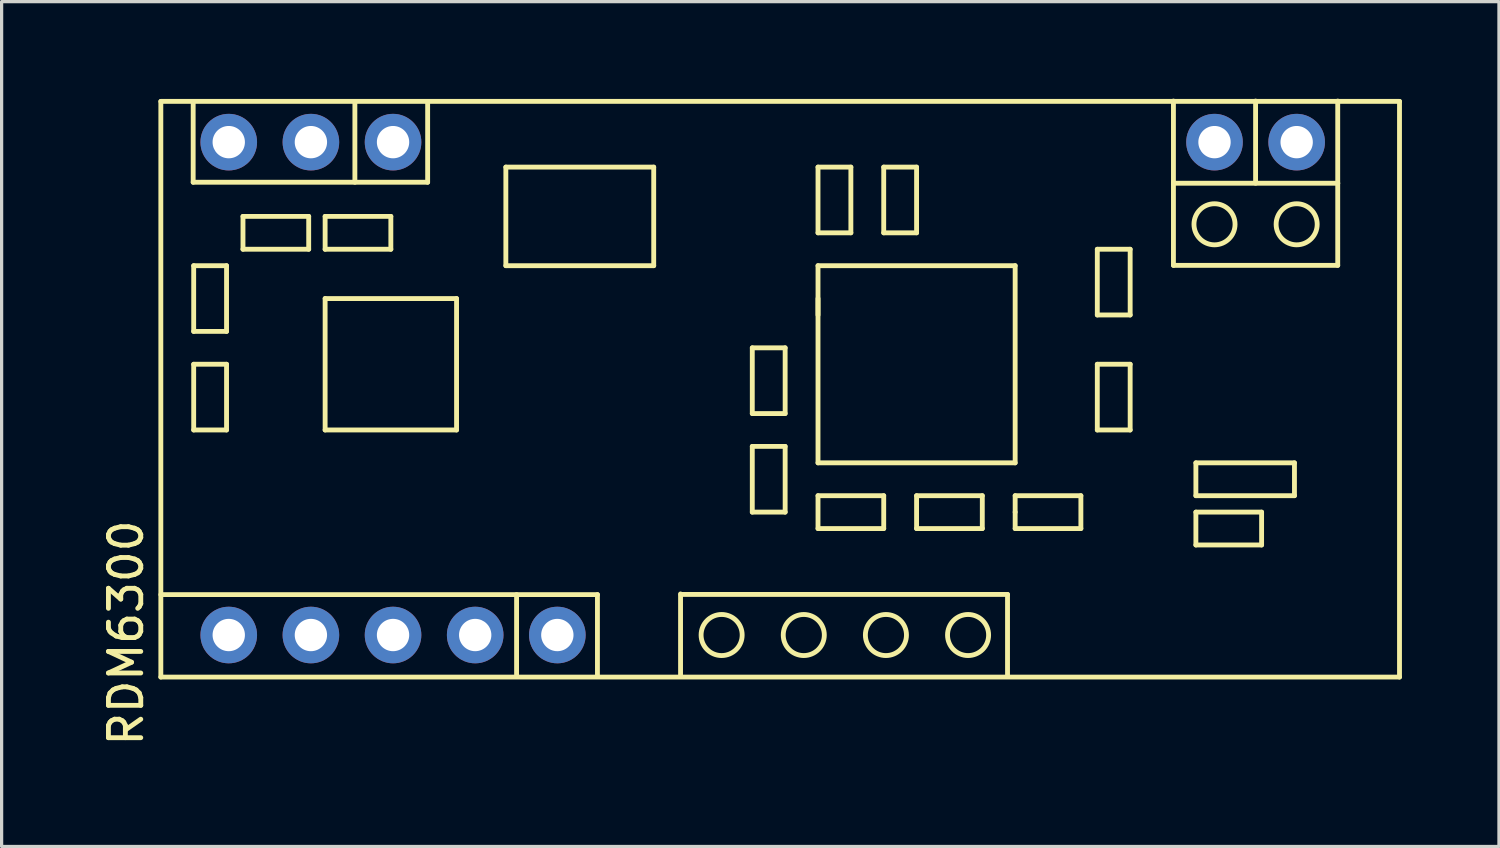
<source format=kicad_pcb>
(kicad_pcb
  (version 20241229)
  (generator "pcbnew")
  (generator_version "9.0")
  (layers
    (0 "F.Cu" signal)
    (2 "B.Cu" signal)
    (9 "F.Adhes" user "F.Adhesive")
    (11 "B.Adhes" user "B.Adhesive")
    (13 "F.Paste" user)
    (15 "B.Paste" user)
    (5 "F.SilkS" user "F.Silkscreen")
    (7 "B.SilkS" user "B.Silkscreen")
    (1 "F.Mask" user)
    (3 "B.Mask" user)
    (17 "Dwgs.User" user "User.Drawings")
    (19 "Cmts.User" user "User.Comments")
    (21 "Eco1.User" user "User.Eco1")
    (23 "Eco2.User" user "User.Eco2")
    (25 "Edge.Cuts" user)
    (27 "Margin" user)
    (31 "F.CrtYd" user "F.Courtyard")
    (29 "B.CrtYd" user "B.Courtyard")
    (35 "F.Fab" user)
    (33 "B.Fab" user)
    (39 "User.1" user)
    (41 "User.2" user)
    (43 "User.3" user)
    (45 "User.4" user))
  (footprint "RDM6300"
    (layer "F.Cu")
    (at 14.183 16.585)
    (property "Reference" "RDM6300" (at -13.335 -0.064 90) (layer "F.SilkS") (effects (font (size 1 1) (thickness 0.15))))
    (attr through_hole)
    (fp_line (start -12.26 -16.5) (end -12.26 1.3) (stroke (width 0.15) (type solid)) (layer "F.SilkS"))
    (fp_line (start -12.26 -16.5) (end 26.04 -16.5) (stroke (width 0.15) (type solid)) (layer "F.SilkS"))
    (fp_line (start -12.26 -1.25) (end 1.24 -1.25) (stroke (width 0.15) (type solid)) (layer "F.SilkS"))
    (fp_line (start -12.26 1.3) (end 26.04 1.3) (stroke (width 0.15) (type solid)) (layer "F.SilkS"))
    (fp_line (start -11.26 -16.5) (end -11.26 -14) (stroke (width 0.15) (type solid)) (layer "F.SilkS"))
    (fp_line (start -11.26 -14) (end -4.01 -14) (stroke (width 0.15) (type solid)) (layer "F.SilkS"))
    (fp_line (start -11.244 -11.42) (end -11.244 -9.388) (stroke (width 0.15) (type solid)) (layer "F.SilkS"))
    (fp_line (start -11.244 -9.388) (end -10.228 -9.388) (stroke (width 0.15) (type solid)) (layer "F.SilkS"))
    (fp_line (start -11.244 -8.372) (end -10.228 -8.372) (stroke (width 0.15) (type solid)) (layer "F.SilkS"))
    (fp_line (start -11.244 -6.34) (end -11.244 -8.372) (stroke (width 0.15) (type solid)) (layer "F.SilkS"))
    (fp_line (start -10.228 -11.42) (end -11.244 -11.42) (stroke (width 0.15) (type solid)) (layer "F.SilkS"))
    (fp_line (start -10.228 -9.388) (end -10.228 -11.42) (stroke (width 0.15) (type solid)) (layer "F.SilkS"))
    (fp_line (start -10.228 -8.372) (end -10.228 -6.34) (stroke (width 0.15) (type solid)) (layer "F.SilkS"))
    (fp_line (start -10.228 -6.34) (end -11.244 -6.34) (stroke (width 0.15) (type solid)) (layer "F.SilkS"))
    (fp_line (start -9.72 -12.944) (end -9.72 -11.928) (stroke (width 0.15) (type solid)) (layer "F.SilkS"))
    (fp_line (start -9.72 -11.928) (end -7.688 -11.928) (stroke (width 0.15) (type solid)) (layer "F.SilkS"))
    (fp_line (start -7.688 -12.944) (end -9.72 -12.944) (stroke (width 0.15) (type solid)) (layer "F.SilkS"))
    (fp_line (start -7.688 -11.928) (end -7.688 -12.944) (stroke (width 0.15) (type solid)) (layer "F.SilkS"))
    (fp_line (start -7.18 -12.944) (end -7.18 -11.928) (stroke (width 0.15) (type solid)) (layer "F.SilkS"))
    (fp_line (start -7.18 -11.928) (end -5.148 -11.928) (stroke (width 0.15) (type solid)) (layer "F.SilkS"))
    (fp_line (start -7.18 -10.404) (end -7.18 -6.34) (stroke (width 0.15) (type solid)) (layer "F.SilkS"))
    (fp_line (start -7.18 -6.34) (end -3.116 -6.34) (stroke (width 0.15) (type solid)) (layer "F.SilkS"))
    (fp_line (start -6.26 -16.5) (end -6.26 -14) (stroke (width 0.15) (type solid)) (layer "F.SilkS"))
    (fp_line (start -5.148 -12.944) (end -7.18 -12.944) (stroke (width 0.15) (type solid)) (layer "F.SilkS"))
    (fp_line (start -5.148 -11.928) (end -5.148 -12.944) (stroke (width 0.15) (type solid)) (layer "F.SilkS"))
    (fp_line (start -4.01 -14) (end -4.01 -16.5) (stroke (width 0.15) (type solid)) (layer "F.SilkS"))
    (fp_line (start -3.116 -10.404) (end -7.18 -10.404) (stroke (width 0.15) (type solid)) (layer "F.SilkS"))
    (fp_line (start -3.116 -6.34) (end -3.116 -10.404) (stroke (width 0.15) (type solid)) (layer "F.SilkS"))
    (fp_line (start -1.592 -14.468) (end -1.592 -11.42) (stroke (width 0.15) (type solid)) (layer "F.SilkS"))
    (fp_line (start -1.592 -11.42) (end 2.98 -11.42) (stroke (width 0.15) (type solid)) (layer "F.SilkS"))
    (fp_line (start -1.26 -1.25) (end -1.26 1.25) (stroke (width 0.15) (type solid)) (layer "F.SilkS"))
    (fp_line (start 1.24 -1.25) (end 1.24 1.25) (stroke (width 0.15) (type solid)) (layer "F.SilkS"))
    (fp_line (start 2.98 -14.468) (end -1.592 -14.468) (stroke (width 0.15) (type solid)) (layer "F.SilkS"))
    (fp_line (start 2.98 -11.42) (end 2.98 -14.468) (stroke (width 0.15) (type solid)) (layer "F.SilkS"))
    (fp_line (start 3.81 -1.27) (end 3.81 1.27) (stroke (width 0.15) (type solid)) (layer "F.SilkS"))
    (fp_line (start 3.82 -1.255) (end 13.92 -1.255) (stroke (width 0.15) (type solid)) (layer "F.SilkS"))
    (fp_line (start 6.028 -8.88) (end 7.044 -8.88) (stroke (width 0.15) (type solid)) (layer "F.SilkS"))
    (fp_line (start 6.028 -6.848) (end 6.028 -8.88) (stroke (width 0.15) (type solid)) (layer "F.SilkS"))
    (fp_line (start 6.028 -5.832) (end 7.044 -5.832) (stroke (width 0.15) (type solid)) (layer "F.SilkS"))
    (fp_line (start 6.028 -3.8) (end 6.028 -5.832) (stroke (width 0.15) (type solid)) (layer "F.SilkS"))
    (fp_line (start 7.044 -8.88) (end 7.044 -6.848) (stroke (width 0.15) (type solid)) (layer "F.SilkS"))
    (fp_line (start 7.044 -6.848) (end 6.028 -6.848) (stroke (width 0.15) (type solid)) (layer "F.SilkS"))
    (fp_line (start 7.044 -5.832) (end 7.044 -3.8) (stroke (width 0.15) (type solid)) (layer "F.SilkS"))
    (fp_line (start 7.044 -3.8) (end 6.028 -3.8) (stroke (width 0.15) (type solid)) (layer "F.SilkS"))
    (fp_line (start 8.06 -14.468) (end 8.06 -12.436) (stroke (width 0.15) (type solid)) (layer "F.SilkS"))
    (fp_line (start 8.06 -12.436) (end 9.076 -12.436) (stroke (width 0.15) (type solid)) (layer "F.SilkS"))
    (fp_line (start 8.06 -11.42) (end 8.06 -9.896) (stroke (width 0.15) (type solid)) (layer "F.SilkS"))
    (fp_line (start 8.06 -10.404) (end 8.06 -5.324) (stroke (width 0.15) (type solid)) (layer "F.SilkS"))
    (fp_line (start 8.06 -5.324) (end 14.156 -5.324) (stroke (width 0.15) (type solid)) (layer "F.SilkS"))
    (fp_line (start 8.06 -4.308) (end 8.06 -3.292) (stroke (width 0.15) (type solid)) (layer "F.SilkS"))
    (fp_line (start 8.06 -3.292) (end 10.092 -3.292) (stroke (width 0.15) (type solid)) (layer "F.SilkS"))
    (fp_line (start 9.076 -14.468) (end 8.06 -14.468) (stroke (width 0.15) (type solid)) (layer "F.SilkS"))
    (fp_line (start 9.076 -12.436) (end 9.076 -14.468) (stroke (width 0.15) (type solid)) (layer "F.SilkS"))
    (fp_line (start 10.092 -14.468) (end 11.108 -14.468) (stroke (width 0.15) (type solid)) (layer "F.SilkS"))
    (fp_line (start 10.092 -12.436) (end 10.092 -14.468) (stroke (width 0.15) (type solid)) (layer "F.SilkS"))
    (fp_line (start 10.092 -4.308) (end 8.06 -4.308) (stroke (width 0.15) (type solid)) (layer "F.SilkS"))
    (fp_line (start 10.092 -3.292) (end 10.092 -4.308) (stroke (width 0.15) (type solid)) (layer "F.SilkS"))
    (fp_line (start 11.108 -14.468) (end 11.108 -12.436) (stroke (width 0.15) (type solid)) (layer "F.SilkS"))
    (fp_line (start 11.108 -12.436) (end 10.092 -12.436) (stroke (width 0.15) (type solid)) (layer "F.SilkS"))
    (fp_line (start 11.108 -4.308) (end 11.108 -3.292) (stroke (width 0.15) (type solid)) (layer "F.SilkS"))
    (fp_line (start 11.108 -3.292) (end 13.14 -3.292) (stroke (width 0.15) (type solid)) (layer "F.SilkS"))
    (fp_line (start 13.14 -4.308) (end 11.108 -4.308) (stroke (width 0.15) (type solid)) (layer "F.SilkS"))
    (fp_line (start 13.14 -3.292) (end 13.14 -4.308) (stroke (width 0.15) (type solid)) (layer "F.SilkS"))
    (fp_line (start 13.92 -1.255) (end 13.92 1.245) (stroke (width 0.15) (type solid)) (layer "F.SilkS"))
    (fp_line (start 14.156 -11.42) (end 8.06 -11.42) (stroke (width 0.15) (type solid)) (layer "F.SilkS"))
    (fp_line (start 14.156 -5.324) (end 14.156 -11.42) (stroke (width 0.15) (type solid)) (layer "F.SilkS"))
    (fp_line (start 14.156 -4.308) (end 14.156 -3.8) (stroke (width 0.15) (type solid)) (layer "F.SilkS"))
    (fp_line (start 14.156 -3.8) (end 14.156 -3.292) (stroke (width 0.15) (type solid)) (layer "F.SilkS"))
    (fp_line (start 14.156 -3.292) (end 16.188 -3.292) (stroke (width 0.15) (type solid)) (layer "F.SilkS"))
    (fp_line (start 16.188 -4.308) (end 14.156 -4.308) (stroke (width 0.15) (type solid)) (layer "F.SilkS"))
    (fp_line (start 16.188 -3.292) (end 16.188 -4.308) (stroke (width 0.15) (type solid)) (layer "F.SilkS"))
    (fp_line (start 16.696 -11.928) (end 16.696 -9.896) (stroke (width 0.15) (type solid)) (layer "F.SilkS"))
    (fp_line (start 16.696 -9.896) (end 17.712 -9.896) (stroke (width 0.15) (type solid)) (layer "F.SilkS"))
    (fp_line (start 16.696 -8.372) (end 16.696 -6.34) (stroke (width 0.15) (type solid)) (layer "F.SilkS"))
    (fp_line (start 16.696 -6.34) (end 17.712 -6.34) (stroke (width 0.15) (type solid)) (layer "F.SilkS"))
    (fp_line (start 17.712 -11.928) (end 16.696 -11.928) (stroke (width 0.15) (type solid)) (layer "F.SilkS"))
    (fp_line (start 17.712 -9.896) (end 17.712 -11.928) (stroke (width 0.15) (type solid)) (layer "F.SilkS"))
    (fp_line (start 17.712 -8.372) (end 16.696 -8.372) (stroke (width 0.15) (type solid)) (layer "F.SilkS"))
    (fp_line (start 17.712 -6.34) (end 17.712 -8.372) (stroke (width 0.15) (type solid)) (layer "F.SilkS"))
    (fp_line (start 19.05 -16.51) (end 19.05 -13.97) (stroke (width 0.15) (type solid)) (layer "F.SilkS"))
    (fp_line (start 19.05 -13.97) (end 19.05 -11.43) (stroke (width 0.15) (type solid)) (layer "F.SilkS"))
    (fp_line (start 19.05 -13.97) (end 24.13 -13.97) (stroke (width 0.15) (type solid)) (layer "F.SilkS"))
    (fp_line (start 19.05 -11.43) (end 24.13 -11.43) (stroke (width 0.15) (type solid)) (layer "F.SilkS"))
    (fp_line (start 19.744 -5.324) (end 19.744 -4.308) (stroke (width 0.15) (type solid)) (layer "F.SilkS"))
    (fp_line (start 19.744 -4.308) (end 22.792 -4.308) (stroke (width 0.15) (type solid)) (layer "F.SilkS"))
    (fp_line (start 19.744 -3.8) (end 19.744 -2.784) (stroke (width 0.15) (type solid)) (layer "F.SilkS"))
    (fp_line (start 19.744 -2.784) (end 21.776 -2.784) (stroke (width 0.15) (type solid)) (layer "F.SilkS"))
    (fp_line (start 21.59 -16.51) (end 21.59 -13.97) (stroke (width 0.15) (type solid)) (layer "F.SilkS"))
    (fp_line (start 21.776 -3.8) (end 19.744 -3.8) (stroke (width 0.15) (type solid)) (layer "F.SilkS"))
    (fp_line (start 21.776 -2.784) (end 21.776 -3.8) (stroke (width 0.15) (type solid)) (layer "F.SilkS"))
    (fp_line (start 22.792 -5.324) (end 19.744 -5.324) (stroke (width 0.15) (type solid)) (layer "F.SilkS"))
    (fp_line (start 22.792 -4.308) (end 22.792 -5.324) (stroke (width 0.15) (type solid)) (layer "F.SilkS"))
    (fp_line (start 24.13 -13.97) (end 24.13 -16.51) (stroke (width 0.15) (type solid)) (layer "F.SilkS"))
    (fp_line (start 24.13 -11.43) (end 24.13 -13.97) (stroke (width 0.15) (type solid)) (layer "F.SilkS"))
    (fp_line (start 26.04 -16.5) (end 26.04 1.3) (stroke (width 0.15) (type solid)) (layer "F.SilkS"))
    (fp_circle (center 5.08 0) (end 5.08 -0.635) (stroke (width 0.15) (type solid)) (fill no) (layer "F.SilkS"))
    (fp_circle (center 7.62 0) (end 7.62 -0.635) (stroke (width 0.15) (type solid)) (fill no) (layer "F.SilkS"))
    (fp_circle (center 10.16 0) (end 10.16 -0.635) (stroke (width 0.15) (type solid)) (fill no) (layer "F.SilkS"))
    (fp_circle (center 12.7 0) (end 12.7 -0.635) (stroke (width 0.15) (type solid)) (fill no) (layer "F.SilkS"))
    (fp_circle (center 20.32 -12.7) (end 20.32 -13.335) (stroke (width 0.15) (type solid)) (fill no) (layer "F.SilkS"))
    (fp_circle (center 22.86 -12.7) (end 22.86 -13.335) (stroke (width 0.15) (type solid)) (fill no) (layer "F.SilkS"))
    (pad "1" thru_hole circle (at 0 0) (size 1.75 1.75) (drill 1) (layers "*.Cu" "*.Mask"))
    (pad "2" thru_hole circle (at -2.54 0) (size 1.75 1.75) (drill 1) (layers "*.Cu" "*.Mask"))
    (pad "3" thru_hole circle (at -5.08 0) (size 1.75 1.75) (drill 1) (layers "*.Cu" "*.Mask"))
    (pad "4" thru_hole circle (at -7.62 0) (size 1.75 1.75) (drill 1) (layers "*.Cu" "*.Mask"))
    (pad "5" thru_hole circle (at -10.16 0) (size 1.75 1.75) (drill 1) (layers "*.Cu" "*.Mask"))
    (pad "6" thru_hole circle (at -10.16 -15.24) (size 1.75 1.75) (drill 1) (layers "*.Cu" "*.Mask"))
    (pad "7" thru_hole circle (at -7.62 -15.24) (size 1.75 1.75) (drill 1) (layers "*.Cu" "*.Mask"))
    (pad "8" thru_hole circle (at -5.08 -15.24) (size 1.75 1.75) (drill 1) (layers "*.Cu" "*.Mask"))
    (pad "9" thru_hole circle (at 20.32 -15.24) (size 1.75 1.75) (drill 1) (layers "*.Cu" "*.Mask"))
    (pad "10" thru_hole circle (at 22.86 -15.24) (size 1.75 1.75) (drill 1) (layers "*.Cu" "*.Mask")))
  (gr_rect
    (start -3 -3)
    (end 43.298 23.123)
    (stroke (width 0.1) (type default))
    (fill no)
    (layer "Edge.Cuts")))
</source>
